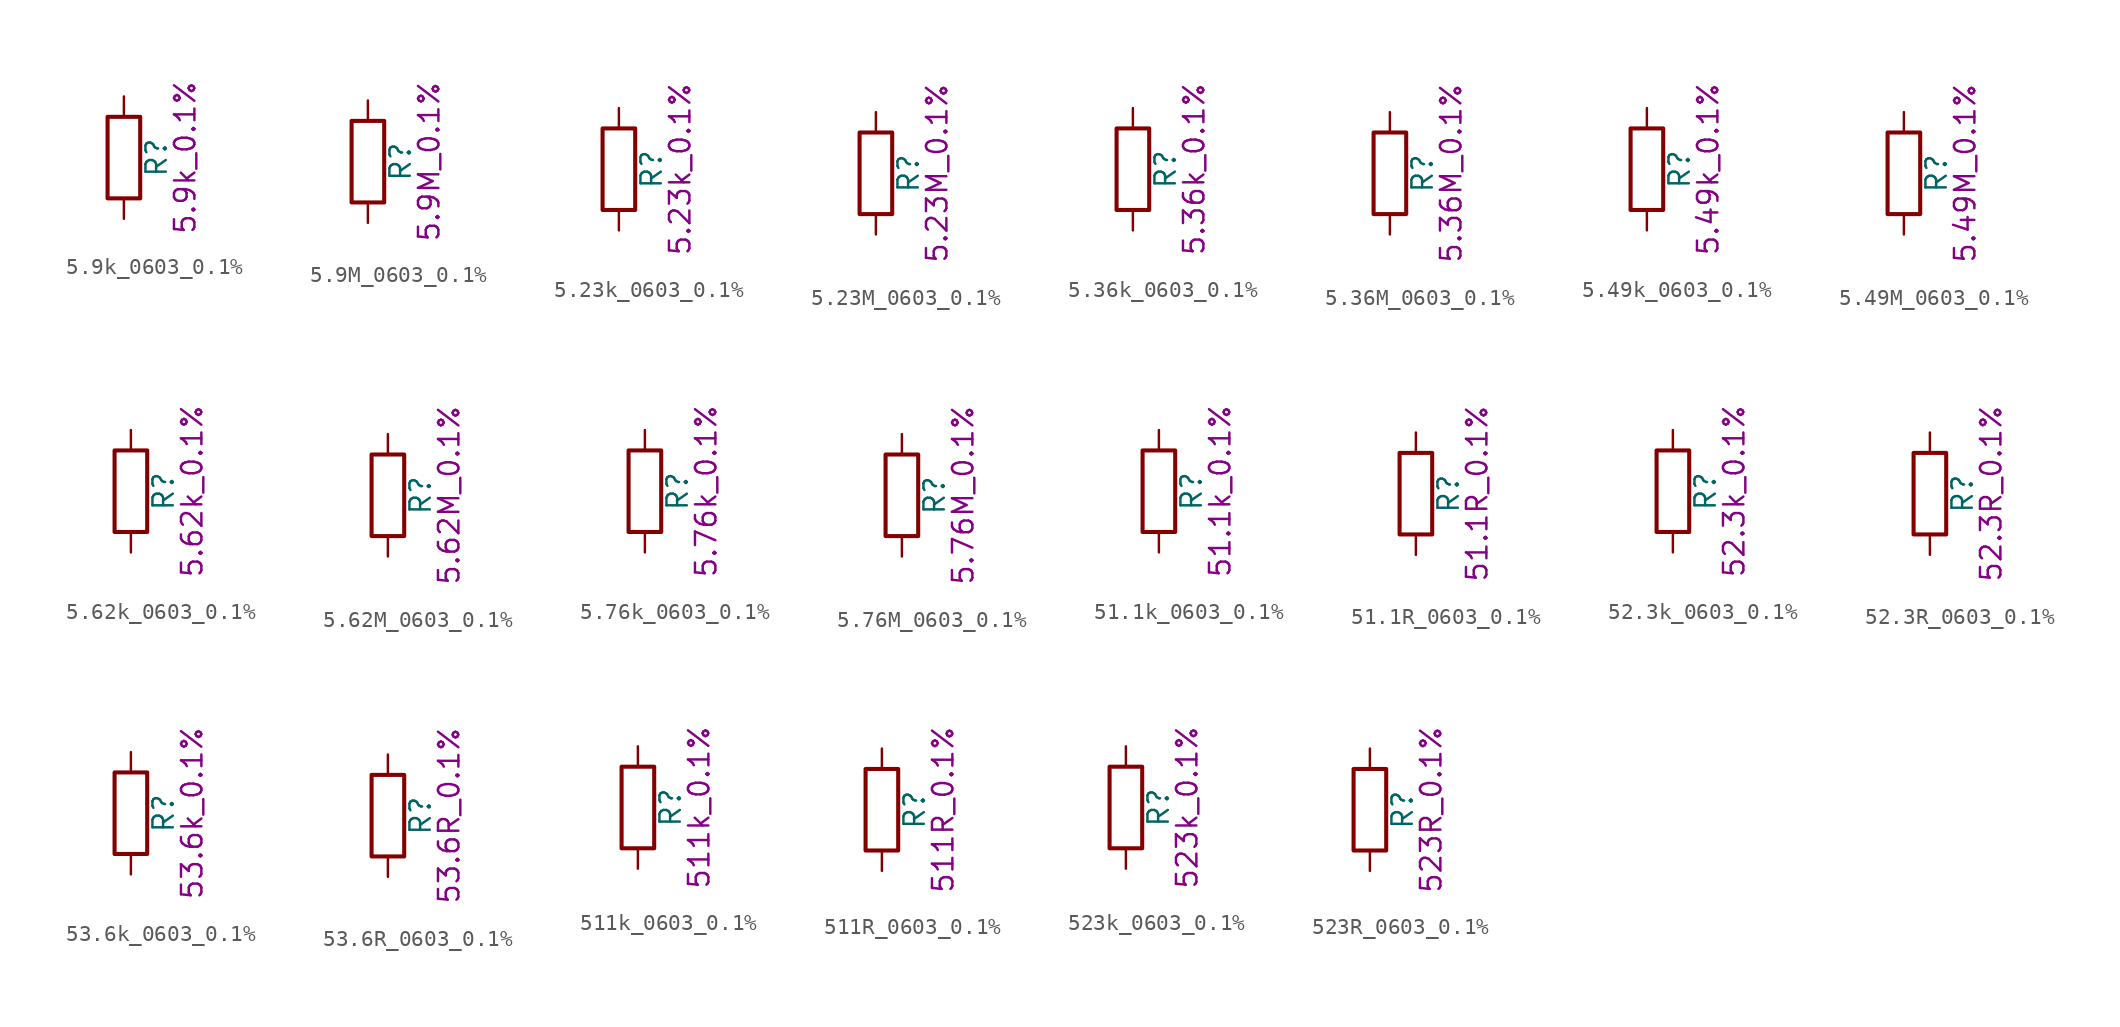
<source format=kicad_sym>
(kicad_symbol_lib
  (version 20211014)
  (generator kicad_symbol_editor)
  (symbol "5.9k_0603_0.1%"
    (pin_numbers hide)
    (pin_names
      (offset 0))
    (property "Reference" "R"
      (at 2.032 0 90)
      (effects (font (size 1.27 1.27))))
    (property "Display" "5.9k_0.1%"
      (at 3.81 0 90)
      (effects (font (size 1.27 1.27))))
    (symbol "5.9k_0603_0.1%_0_1"
      (rectangle (start -1.016 -2.54) (end 1.016 2.54) (stroke (width 0.254) (type default) (color 0 0 0 0)) (fill (type none))))
    (symbol "5.9k_0603_0.1%_1_1"
      (pin passive line (at 0 3.81 270) (length 1.27) (name "~" (effects (font (size 1.27 1.27)))) (number "1" (effects (font (size 1.27 1.27)))))
      (pin passive line (at 0 -3.81 90) (length 1.27) (name "~" (effects (font (size 1.27 1.27)))) (number "2" (effects (font (size 1.27 1.27)))))))
  (symbol "5.9M_0603_0.1%"
    (pin_numbers hide)
    (pin_names
      (offset 0))
    (property "Reference" "R"
      (at 2.032 0 90)
      (effects (font (size 1.27 1.27))))
    (property "Display" "5.9M_0.1%"
      (at 3.81 0 90)
      (effects (font (size 1.27 1.27))))
    (symbol "5.9M_0603_0.1%_0_1"
      (rectangle (start -1.016 -2.54) (end 1.016 2.54) (stroke (width 0.254) (type default) (color 0 0 0 0)) (fill (type none))))
    (symbol "5.9M_0603_0.1%_1_1"
      (pin passive line (at 0 3.81 270) (length 1.27) (name "~" (effects (font (size 1.27 1.27)))) (number "1" (effects (font (size 1.27 1.27)))))
      (pin passive line (at 0 -3.81 90) (length 1.27) (name "~" (effects (font (size 1.27 1.27)))) (number "2" (effects (font (size 1.27 1.27)))))))
  (symbol "5.23k_0603_0.1%"
    (pin_numbers hide)
    (pin_names
      (offset 0))
    (property "Reference" "R"
      (at 2.032 0 90)
      (effects (font (size 1.27 1.27))))
    (property "Display" "5.23k_0.1%"
      (at 3.81 0 90)
      (effects (font (size 1.27 1.27))))
    (symbol "5.23k_0603_0.1%_0_1"
      (rectangle (start -1.016 -2.54) (end 1.016 2.54) (stroke (width 0.254) (type default) (color 0 0 0 0)) (fill (type none))))
    (symbol "5.23k_0603_0.1%_1_1"
      (pin passive line (at 0 3.81 270) (length 1.27) (name "~" (effects (font (size 1.27 1.27)))) (number "1" (effects (font (size 1.27 1.27)))))
      (pin passive line (at 0 -3.81 90) (length 1.27) (name "~" (effects (font (size 1.27 1.27)))) (number "2" (effects (font (size 1.27 1.27)))))))
  (symbol "5.23M_0603_0.1%"
    (pin_numbers hide)
    (pin_names
      (offset 0))
    (property "Reference" "R"
      (at 2.032 0 90)
      (effects (font (size 1.27 1.27))))
    (property "Display" "5.23M_0.1%"
      (at 3.81 0 90)
      (effects (font (size 1.27 1.27))))
    (symbol "5.23M_0603_0.1%_0_1"
      (rectangle (start -1.016 -2.54) (end 1.016 2.54) (stroke (width 0.254) (type default) (color 0 0 0 0)) (fill (type none))))
    (symbol "5.23M_0603_0.1%_1_1"
      (pin passive line (at 0 3.81 270) (length 1.27) (name "~" (effects (font (size 1.27 1.27)))) (number "1" (effects (font (size 1.27 1.27)))))
      (pin passive line (at 0 -3.81 90) (length 1.27) (name "~" (effects (font (size 1.27 1.27)))) (number "2" (effects (font (size 1.27 1.27)))))))
  (symbol "5.36k_0603_0.1%"
    (pin_numbers hide)
    (pin_names
      (offset 0))
    (property "Reference" "R"
      (at 2.032 0 90)
      (effects (font (size 1.27 1.27))))
    (property "Display" "5.36k_0.1%"
      (at 3.81 0 90)
      (effects (font (size 1.27 1.27))))
    (symbol "5.36k_0603_0.1%_0_1"
      (rectangle (start -1.016 -2.54) (end 1.016 2.54) (stroke (width 0.254) (type default) (color 0 0 0 0)) (fill (type none))))
    (symbol "5.36k_0603_0.1%_1_1"
      (pin passive line (at 0 3.81 270) (length 1.27) (name "~" (effects (font (size 1.27 1.27)))) (number "1" (effects (font (size 1.27 1.27)))))
      (pin passive line (at 0 -3.81 90) (length 1.27) (name "~" (effects (font (size 1.27 1.27)))) (number "2" (effects (font (size 1.27 1.27)))))))
  (symbol "5.36M_0603_0.1%"
    (pin_numbers hide)
    (pin_names
      (offset 0))
    (property "Reference" "R"
      (at 2.032 0 90)
      (effects (font (size 1.27 1.27))))
    (property "Display" "5.36M_0.1%"
      (at 3.81 0 90)
      (effects (font (size 1.27 1.27))))
    (symbol "5.36M_0603_0.1%_0_1"
      (rectangle (start -1.016 -2.54) (end 1.016 2.54) (stroke (width 0.254) (type default) (color 0 0 0 0)) (fill (type none))))
    (symbol "5.36M_0603_0.1%_1_1"
      (pin passive line (at 0 3.81 270) (length 1.27) (name "~" (effects (font (size 1.27 1.27)))) (number "1" (effects (font (size 1.27 1.27)))))
      (pin passive line (at 0 -3.81 90) (length 1.27) (name "~" (effects (font (size 1.27 1.27)))) (number "2" (effects (font (size 1.27 1.27)))))))
  (symbol "5.49k_0603_0.1%"
    (pin_numbers hide)
    (pin_names
      (offset 0))
    (property "Reference" "R"
      (at 2.032 0 90)
      (effects (font (size 1.27 1.27))))
    (property "Display" "5.49k_0.1%"
      (at 3.81 0 90)
      (effects (font (size 1.27 1.27))))
    (symbol "5.49k_0603_0.1%_0_1"
      (rectangle (start -1.016 -2.54) (end 1.016 2.54) (stroke (width 0.254) (type default) (color 0 0 0 0)) (fill (type none))))
    (symbol "5.49k_0603_0.1%_1_1"
      (pin passive line (at 0 3.81 270) (length 1.27) (name "~" (effects (font (size 1.27 1.27)))) (number "1" (effects (font (size 1.27 1.27)))))
      (pin passive line (at 0 -3.81 90) (length 1.27) (name "~" (effects (font (size 1.27 1.27)))) (number "2" (effects (font (size 1.27 1.27)))))))
  (symbol "5.49M_0603_0.1%"
    (pin_numbers hide)
    (pin_names
      (offset 0))
    (property "Reference" "R"
      (at 2.032 0 90)
      (effects (font (size 1.27 1.27))))
    (property "Display" "5.49M_0.1%"
      (at 3.81 0 90)
      (effects (font (size 1.27 1.27))))
    (symbol "5.49M_0603_0.1%_0_1"
      (rectangle (start -1.016 -2.54) (end 1.016 2.54) (stroke (width 0.254) (type default) (color 0 0 0 0)) (fill (type none))))
    (symbol "5.49M_0603_0.1%_1_1"
      (pin passive line (at 0 3.81 270) (length 1.27) (name "~" (effects (font (size 1.27 1.27)))) (number "1" (effects (font (size 1.27 1.27)))))
      (pin passive line (at 0 -3.81 90) (length 1.27) (name "~" (effects (font (size 1.27 1.27)))) (number "2" (effects (font (size 1.27 1.27)))))))
  (symbol "5.62k_0603_0.1%"
    (pin_numbers hide)
    (pin_names
      (offset 0))
    (property "Reference" "R"
      (at 2.032 0 90)
      (effects (font (size 1.27 1.27))))
    (property "Display" "5.62k_0.1%"
      (at 3.81 0 90)
      (effects (font (size 1.27 1.27))))
    (symbol "5.62k_0603_0.1%_0_1"
      (rectangle (start -1.016 -2.54) (end 1.016 2.54) (stroke (width 0.254) (type default) (color 0 0 0 0)) (fill (type none))))
    (symbol "5.62k_0603_0.1%_1_1"
      (pin passive line (at 0 3.81 270) (length 1.27) (name "~" (effects (font (size 1.27 1.27)))) (number "1" (effects (font (size 1.27 1.27)))))
      (pin passive line (at 0 -3.81 90) (length 1.27) (name "~" (effects (font (size 1.27 1.27)))) (number "2" (effects (font (size 1.27 1.27)))))))
  (symbol "5.62M_0603_0.1%"
    (pin_numbers hide)
    (pin_names
      (offset 0))
    (property "Reference" "R"
      (at 2.032 0 90)
      (effects (font (size 1.27 1.27))))
    (property "Display" "5.62M_0.1%"
      (at 3.81 0 90)
      (effects (font (size 1.27 1.27))))
    (symbol "5.62M_0603_0.1%_0_1"
      (rectangle (start -1.016 -2.54) (end 1.016 2.54) (stroke (width 0.254) (type default) (color 0 0 0 0)) (fill (type none))))
    (symbol "5.62M_0603_0.1%_1_1"
      (pin passive line (at 0 3.81 270) (length 1.27) (name "~" (effects (font (size 1.27 1.27)))) (number "1" (effects (font (size 1.27 1.27)))))
      (pin passive line (at 0 -3.81 90) (length 1.27) (name "~" (effects (font (size 1.27 1.27)))) (number "2" (effects (font (size 1.27 1.27)))))))
  (symbol "5.76k_0603_0.1%"
    (pin_numbers hide)
    (pin_names
      (offset 0))
    (property "Reference" "R"
      (at 2.032 0 90)
      (effects (font (size 1.27 1.27))))
    (property "Display" "5.76k_0.1%"
      (at 3.81 0 90)
      (effects (font (size 1.27 1.27))))
    (symbol "5.76k_0603_0.1%_0_1"
      (rectangle (start -1.016 -2.54) (end 1.016 2.54) (stroke (width 0.254) (type default) (color 0 0 0 0)) (fill (type none))))
    (symbol "5.76k_0603_0.1%_1_1"
      (pin passive line (at 0 3.81 270) (length 1.27) (name "~" (effects (font (size 1.27 1.27)))) (number "1" (effects (font (size 1.27 1.27)))))
      (pin passive line (at 0 -3.81 90) (length 1.27) (name "~" (effects (font (size 1.27 1.27)))) (number "2" (effects (font (size 1.27 1.27)))))))
  (symbol "5.76M_0603_0.1%"
    (pin_numbers hide)
    (pin_names
      (offset 0))
    (property "Reference" "R"
      (at 2.032 0 90)
      (effects (font (size 1.27 1.27))))
    (property "Display" "5.76M_0.1%"
      (at 3.81 0 90)
      (effects (font (size 1.27 1.27))))
    (symbol "5.76M_0603_0.1%_0_1"
      (rectangle (start -1.016 -2.54) (end 1.016 2.54) (stroke (width 0.254) (type default) (color 0 0 0 0)) (fill (type none))))
    (symbol "5.76M_0603_0.1%_1_1"
      (pin passive line (at 0 3.81 270) (length 1.27) (name "~" (effects (font (size 1.27 1.27)))) (number "1" (effects (font (size 1.27 1.27)))))
      (pin passive line (at 0 -3.81 90) (length 1.27) (name "~" (effects (font (size 1.27 1.27)))) (number "2" (effects (font (size 1.27 1.27)))))))
  (symbol "51.1k_0603_0.1%"
    (pin_numbers hide)
    (pin_names
      (offset 0))
    (property "Reference" "R"
      (at 2.032 0 90)
      (effects (font (size 1.27 1.27))))
    (property "Display" "51.1k_0.1%"
      (at 3.81 0 90)
      (effects (font (size 1.27 1.27))))
    (symbol "51.1k_0603_0.1%_0_1"
      (rectangle (start -1.016 -2.54) (end 1.016 2.54) (stroke (width 0.254) (type default) (color 0 0 0 0)) (fill (type none))))
    (symbol "51.1k_0603_0.1%_1_1"
      (pin passive line (at 0 3.81 270) (length 1.27) (name "~" (effects (font (size 1.27 1.27)))) (number "1" (effects (font (size 1.27 1.27)))))
      (pin passive line (at 0 -3.81 90) (length 1.27) (name "~" (effects (font (size 1.27 1.27)))) (number "2" (effects (font (size 1.27 1.27)))))))
  (symbol "51.1R_0603_0.1%"
    (pin_numbers hide)
    (pin_names
      (offset 0))
    (property "Reference" "R"
      (at 2.032 0 90)
      (effects (font (size 1.27 1.27))))
    (property "Display" "51.1R_0.1%"
      (at 3.81 0 90)
      (effects (font (size 1.27 1.27))))
    (symbol "51.1R_0603_0.1%_0_1"
      (rectangle (start -1.016 -2.54) (end 1.016 2.54) (stroke (width 0.254) (type default) (color 0 0 0 0)) (fill (type none))))
    (symbol "51.1R_0603_0.1%_1_1"
      (pin passive line (at 0 3.81 270) (length 1.27) (name "~" (effects (font (size 1.27 1.27)))) (number "1" (effects (font (size 1.27 1.27)))))
      (pin passive line (at 0 -3.81 90) (length 1.27) (name "~" (effects (font (size 1.27 1.27)))) (number "2" (effects (font (size 1.27 1.27)))))))
  (symbol "52.3k_0603_0.1%"
    (pin_numbers hide)
    (pin_names
      (offset 0))
    (property "Reference" "R"
      (at 2.032 0 90)
      (effects (font (size 1.27 1.27))))
    (property "Display" "52.3k_0.1%"
      (at 3.81 0 90)
      (effects (font (size 1.27 1.27))))
    (symbol "52.3k_0603_0.1%_0_1"
      (rectangle (start -1.016 -2.54) (end 1.016 2.54) (stroke (width 0.254) (type default) (color 0 0 0 0)) (fill (type none))))
    (symbol "52.3k_0603_0.1%_1_1"
      (pin passive line (at 0 3.81 270) (length 1.27) (name "~" (effects (font (size 1.27 1.27)))) (number "1" (effects (font (size 1.27 1.27)))))
      (pin passive line (at 0 -3.81 90) (length 1.27) (name "~" (effects (font (size 1.27 1.27)))) (number "2" (effects (font (size 1.27 1.27)))))))
  (symbol "52.3R_0603_0.1%"
    (pin_numbers hide)
    (pin_names
      (offset 0))
    (property "Reference" "R"
      (at 2.032 0 90)
      (effects (font (size 1.27 1.27))))
    (property "Display" "52.3R_0.1%"
      (at 3.81 0 90)
      (effects (font (size 1.27 1.27))))
    (symbol "52.3R_0603_0.1%_0_1"
      (rectangle (start -1.016 -2.54) (end 1.016 2.54) (stroke (width 0.254) (type default) (color 0 0 0 0)) (fill (type none))))
    (symbol "52.3R_0603_0.1%_1_1"
      (pin passive line (at 0 3.81 270) (length 1.27) (name "~" (effects (font (size 1.27 1.27)))) (number "1" (effects (font (size 1.27 1.27)))))
      (pin passive line (at 0 -3.81 90) (length 1.27) (name "~" (effects (font (size 1.27 1.27)))) (number "2" (effects (font (size 1.27 1.27)))))))
  (symbol "53.6k_0603_0.1%"
    (pin_numbers hide)
    (pin_names
      (offset 0))
    (property "Reference" "R"
      (at 2.032 0 90)
      (effects (font (size 1.27 1.27))))
    (property "Display" "53.6k_0.1%"
      (at 3.81 0 90)
      (effects (font (size 1.27 1.27))))
    (symbol "53.6k_0603_0.1%_0_1"
      (rectangle (start -1.016 -2.54) (end 1.016 2.54) (stroke (width 0.254) (type default) (color 0 0 0 0)) (fill (type none))))
    (symbol "53.6k_0603_0.1%_1_1"
      (pin passive line (at 0 3.81 270) (length 1.27) (name "~" (effects (font (size 1.27 1.27)))) (number "1" (effects (font (size 1.27 1.27)))))
      (pin passive line (at 0 -3.81 90) (length 1.27) (name "~" (effects (font (size 1.27 1.27)))) (number "2" (effects (font (size 1.27 1.27)))))))
  (symbol "53.6R_0603_0.1%"
    (pin_numbers hide)
    (pin_names
      (offset 0))
    (property "Reference" "R"
      (at 2.032 0 90)
      (effects (font (size 1.27 1.27))))
    (property "Display" "53.6R_0.1%"
      (at 3.81 0 90)
      (effects (font (size 1.27 1.27))))
    (symbol "53.6R_0603_0.1%_0_1"
      (rectangle (start -1.016 -2.54) (end 1.016 2.54) (stroke (width 0.254) (type default) (color 0 0 0 0)) (fill (type none))))
    (symbol "53.6R_0603_0.1%_1_1"
      (pin passive line (at 0 3.81 270) (length 1.27) (name "~" (effects (font (size 1.27 1.27)))) (number "1" (effects (font (size 1.27 1.27)))))
      (pin passive line (at 0 -3.81 90) (length 1.27) (name "~" (effects (font (size 1.27 1.27)))) (number "2" (effects (font (size 1.27 1.27)))))))
  (symbol "511k_0603_0.1%"
    (pin_numbers hide)
    (pin_names
      (offset 0))
    (property "Reference" "R"
      (at 2.032 0 90)
      (effects (font (size 1.27 1.27))))
    (property "Display" "511k_0.1%"
      (at 3.81 0 90)
      (effects (font (size 1.27 1.27))))
    (symbol "511k_0603_0.1%_0_1"
      (rectangle (start -1.016 -2.54) (end 1.016 2.54) (stroke (width 0.254) (type default) (color 0 0 0 0)) (fill (type none))))
    (symbol "511k_0603_0.1%_1_1"
      (pin passive line (at 0 3.81 270) (length 1.27) (name "~" (effects (font (size 1.27 1.27)))) (number "1" (effects (font (size 1.27 1.27)))))
      (pin passive line (at 0 -3.81 90) (length 1.27) (name "~" (effects (font (size 1.27 1.27)))) (number "2" (effects (font (size 1.27 1.27)))))))
  (symbol "511R_0603_0.1%"
    (pin_numbers hide)
    (pin_names
      (offset 0))
    (property "Reference" "R"
      (at 2.032 0 90)
      (effects (font (size 1.27 1.27))))
    (property "Display" "511R_0.1%"
      (at 3.81 0 90)
      (effects (font (size 1.27 1.27))))
    (symbol "511R_0603_0.1%_0_1"
      (rectangle (start -1.016 -2.54) (end 1.016 2.54) (stroke (width 0.254) (type default) (color 0 0 0 0)) (fill (type none))))
    (symbol "511R_0603_0.1%_1_1"
      (pin passive line (at 0 3.81 270) (length 1.27) (name "~" (effects (font (size 1.27 1.27)))) (number "1" (effects (font (size 1.27 1.27)))))
      (pin passive line (at 0 -3.81 90) (length 1.27) (name "~" (effects (font (size 1.27 1.27)))) (number "2" (effects (font (size 1.27 1.27)))))))
  (symbol "523k_0603_0.1%"
    (pin_numbers hide)
    (pin_names
      (offset 0))
    (property "Reference" "R"
      (at 2.032 0 90)
      (effects (font (size 1.27 1.27))))
    (property "Display" "523k_0.1%"
      (at 3.81 0 90)
      (effects (font (size 1.27 1.27))))
    (symbol "523k_0603_0.1%_0_1"
      (rectangle (start -1.016 -2.54) (end 1.016 2.54) (stroke (width 0.254) (type default) (color 0 0 0 0)) (fill (type none))))
    (symbol "523k_0603_0.1%_1_1"
      (pin passive line (at 0 3.81 270) (length 1.27) (name "~" (effects (font (size 1.27 1.27)))) (number "1" (effects (font (size 1.27 1.27)))))
      (pin passive line (at 0 -3.81 90) (length 1.27) (name "~" (effects (font (size 1.27 1.27)))) (number "2" (effects (font (size 1.27 1.27)))))))
  (symbol "523R_0603_0.1%"
    (pin_numbers hide)
    (pin_names
      (offset 0))
    (property "Reference" "R"
      (at 2.032 0 90)
      (effects (font (size 1.27 1.27))))
    (property "Display" "523R_0.1%"
      (at 3.81 0 90)
      (effects (font (size 1.27 1.27))))
    (symbol "523R_0603_0.1%_0_1"
      (rectangle (start -1.016 -2.54) (end 1.016 2.54) (stroke (width 0.254) (type default) (color 0 0 0 0)) (fill (type none))))
    (symbol "523R_0603_0.1%_1_1"
      (pin passive line (at 0 3.81 270) (length 1.27) (name "~" (effects (font (size 1.27 1.27)))) (number "1" (effects (font (size 1.27 1.27)))))
      (pin passive line (at 0 -3.81 90) (length 1.27) (name "~" (effects (font (size 1.27 1.27)))) (number "2" (effects (font (size 1.27 1.27))))))))
</source>
